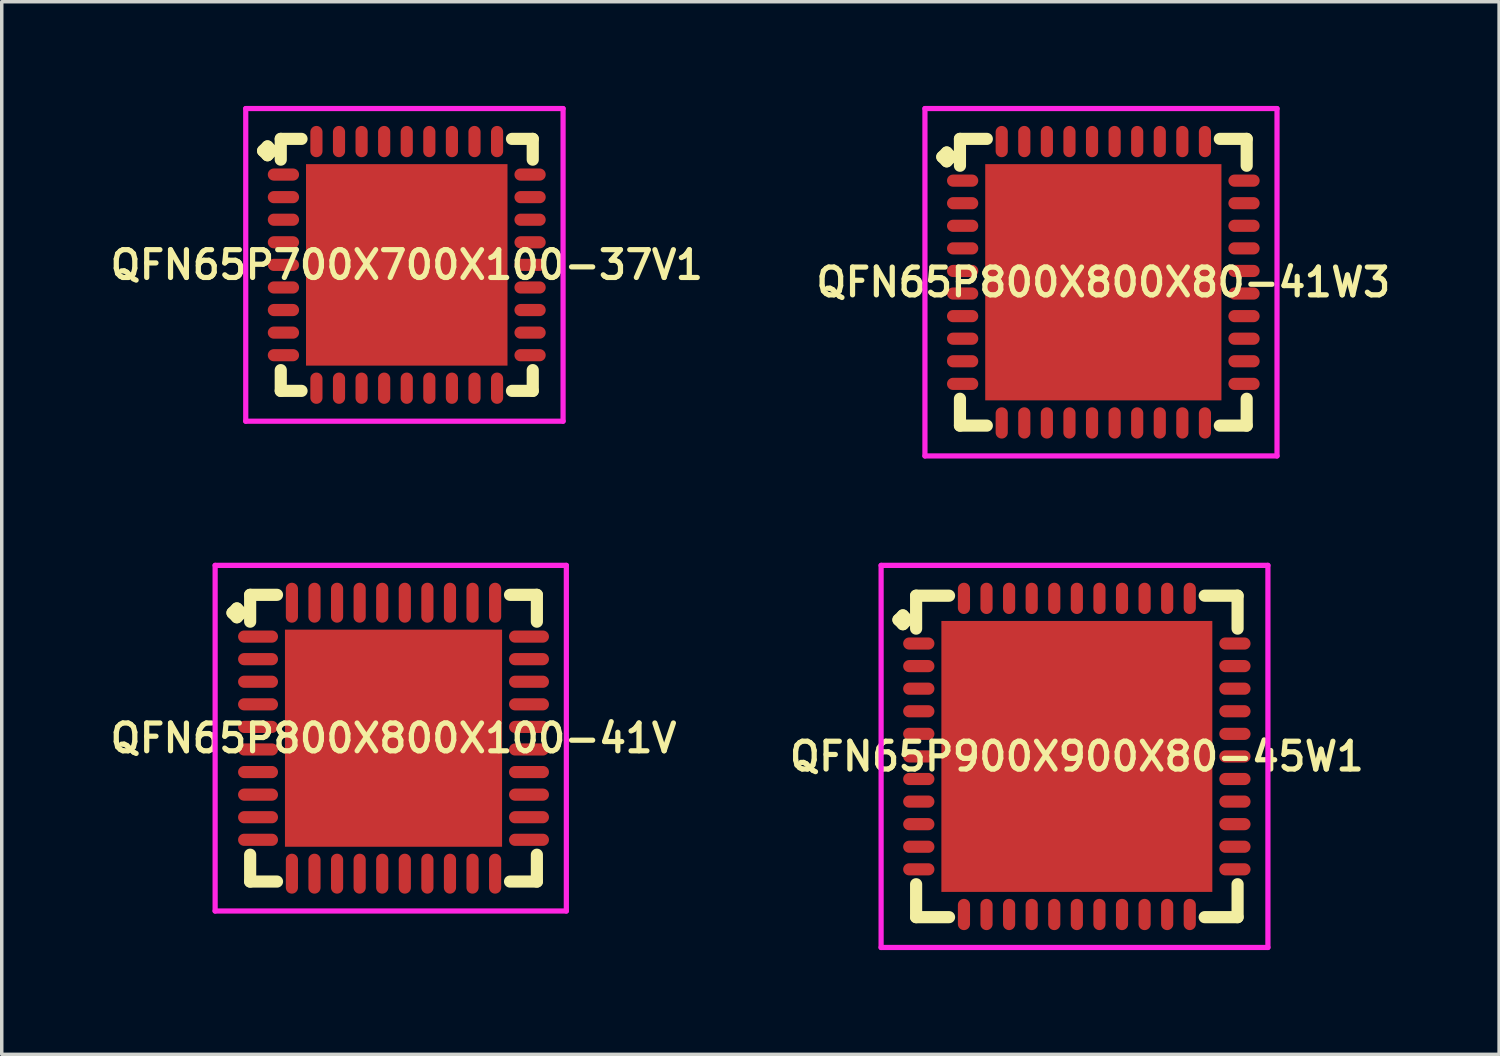
<source format=kicad_pcb>
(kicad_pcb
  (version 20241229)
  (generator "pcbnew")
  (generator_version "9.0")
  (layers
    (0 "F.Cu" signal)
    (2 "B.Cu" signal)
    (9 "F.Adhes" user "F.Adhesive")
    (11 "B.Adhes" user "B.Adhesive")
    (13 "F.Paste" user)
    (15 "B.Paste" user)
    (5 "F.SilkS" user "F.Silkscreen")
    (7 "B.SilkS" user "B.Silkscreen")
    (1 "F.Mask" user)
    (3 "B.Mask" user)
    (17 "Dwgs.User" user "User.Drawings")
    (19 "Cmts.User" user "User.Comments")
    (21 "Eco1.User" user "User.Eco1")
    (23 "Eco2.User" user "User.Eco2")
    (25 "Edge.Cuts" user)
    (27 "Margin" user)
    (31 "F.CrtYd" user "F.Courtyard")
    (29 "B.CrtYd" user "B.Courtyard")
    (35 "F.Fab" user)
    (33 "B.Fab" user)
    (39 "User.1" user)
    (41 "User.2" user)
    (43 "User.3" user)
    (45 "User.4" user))
  (footprint "QFN65P700X700X100-37V1"
    (layer "F.Cu")
    (at 8.659 4.575)
    (property "Reference" "QFN65P700X700X100-37V1" (at 0 0 0) (layer "F.SilkS") (effects (font (size 0.8 0.8) (thickness 0.15))))
    (attr smd)
    (fp_line (start -4.135 -3.283) (end -4.008 -3.41) (stroke (width 0.35) (type solid)) (layer "F.SilkS"))
    (fp_line (start -4.008 -3.41) (end -3.881 -3.283) (stroke (width 0.35) (type solid)) (layer "F.SilkS"))
    (fp_line (start -4.008 -3.156) (end -4.135 -3.283) (stroke (width 0.35) (type solid)) (layer "F.SilkS"))
    (fp_line (start -3.881 -3.283) (end -4.008 -3.156) (stroke (width 0.35) (type solid)) (layer "F.SilkS"))
    (fp_line (start -3.627 -3.627) (end -3.029 -3.627) (stroke (width 0.35) (type solid)) (layer "F.SilkS"))
    (fp_line (start -3.627 -3.029) (end -3.627 -3.627) (stroke (width 0.35) (type solid)) (layer "F.SilkS"))
    (fp_line (start -3.627 3.029) (end -3.627 3.627) (stroke (width 0.35) (type solid)) (layer "F.SilkS"))
    (fp_line (start -3.627 3.627) (end -3.029 3.627) (stroke (width 0.35) (type solid)) (layer "F.SilkS"))
    (fp_line (start 3.029 -3.627) (end 3.627 -3.627) (stroke (width 0.35) (type solid)) (layer "F.SilkS"))
    (fp_line (start 3.029 3.627) (end 3.627 3.627) (stroke (width 0.35) (type solid)) (layer "F.SilkS"))
    (fp_line (start 3.627 -3.627) (end 3.627 -3.029) (stroke (width 0.35) (type solid)) (layer "F.SilkS"))
    (fp_line (start 3.627 3.627) (end 3.627 3.029) (stroke (width 0.35) (type solid)) (layer "F.SilkS"))
    (fp_line (start -4.635 -4.5) (end 4.5 -4.5) (stroke (width 0.15) (type solid)) (layer "F.CrtYd"))
    (fp_line (start -4.635 4.5) (end -4.635 -4.5) (stroke (width 0.15) (type solid)) (layer "F.CrtYd"))
    (fp_line (start 4.5 -4.5) (end 4.5 4.5) (stroke (width 0.15) (type solid)) (layer "F.CrtYd"))
    (fp_line (start 4.5 4.5) (end -4.635 4.5) (stroke (width 0.15) (type solid)) (layer "F.CrtYd"))
    (pad "1" smd oval (at -3.55 -2.6) (size 0.9 0.35) (layers "F.Cu" "F.Mask" "F.Paste"))
    (pad "2" smd oval (at -3.55 -1.95) (size 0.9 0.35) (layers "F.Cu" "F.Mask" "F.Paste"))
    (pad "3" smd oval (at -3.55 -1.3) (size 0.9 0.35) (layers "F.Cu" "F.Mask" "F.Paste"))
    (pad "4" smd oval (at -3.55 -0.65) (size 0.9 0.35) (layers "F.Cu" "F.Mask" "F.Paste"))
    (pad "5" smd oval (at -3.55 0) (size 0.9 0.35) (layers "F.Cu" "F.Mask" "F.Paste"))
    (pad "6" smd oval (at -3.55 0.65) (size 0.9 0.35) (layers "F.Cu" "F.Mask" "F.Paste"))
    (pad "7" smd oval (at -3.55 1.3) (size 0.9 0.35) (layers "F.Cu" "F.Mask" "F.Paste"))
    (pad "8" smd oval (at -3.55 1.95) (size 0.9 0.35) (layers "F.Cu" "F.Mask" "F.Paste"))
    (pad "9" smd oval (at -3.55 2.6) (size 0.9 0.35) (layers "F.Cu" "F.Mask" "F.Paste"))
    (pad "10" smd oval (at -2.6 3.55) (size 0.35 0.9) (layers "F.Cu" "F.Mask" "F.Paste"))
    (pad "11" smd oval (at -1.95 3.55) (size 0.35 0.9) (layers "F.Cu" "F.Mask" "F.Paste"))
    (pad "12" smd oval (at -1.3 3.55) (size 0.35 0.9) (layers "F.Cu" "F.Mask" "F.Paste"))
    (pad "13" smd oval (at -0.65 3.55) (size 0.35 0.9) (layers "F.Cu" "F.Mask" "F.Paste"))
    (pad "14" smd oval (at 0 3.55) (size 0.35 0.9) (layers "F.Cu" "F.Mask" "F.Paste"))
    (pad "15" smd oval (at 0.65 3.55) (size 0.35 0.9) (layers "F.Cu" "F.Mask" "F.Paste"))
    (pad "16" smd oval (at 1.3 3.55) (size 0.35 0.9) (layers "F.Cu" "F.Mask" "F.Paste"))
    (pad "17" smd oval (at 1.95 3.55) (size 0.35 0.9) (layers "F.Cu" "F.Mask" "F.Paste"))
    (pad "18" smd oval (at 2.6 3.55) (size 0.35 0.9) (layers "F.Cu" "F.Mask" "F.Paste"))
    (pad "19" smd oval (at 3.55 2.6) (size 0.9 0.35) (layers "F.Cu" "F.Mask" "F.Paste"))
    (pad "20" smd oval (at 3.55 1.95) (size 0.9 0.35) (layers "F.Cu" "F.Mask" "F.Paste"))
    (pad "21" smd oval (at 3.55 1.3) (size 0.9 0.35) (layers "F.Cu" "F.Mask" "F.Paste"))
    (pad "22" smd oval (at 3.55 0.65) (size 0.9 0.35) (layers "F.Cu" "F.Mask" "F.Paste"))
    (pad "23" smd oval (at 3.55 0) (size 0.9 0.35) (layers "F.Cu" "F.Mask" "F.Paste"))
    (pad "24" smd oval (at 3.55 -0.65) (size 0.9 0.35) (layers "F.Cu" "F.Mask" "F.Paste"))
    (pad "25" smd oval (at 3.55 -1.3) (size 0.9 0.35) (layers "F.Cu" "F.Mask" "F.Paste"))
    (pad "26" smd oval (at 3.55 -1.95) (size 0.9 0.35) (layers "F.Cu" "F.Mask" "F.Paste"))
    (pad "27" smd oval (at 3.55 -2.6) (size 0.9 0.35) (layers "F.Cu" "F.Mask" "F.Paste"))
    (pad "28" smd oval (at 2.6 -3.55) (size 0.35 0.9) (layers "F.Cu" "F.Mask" "F.Paste"))
    (pad "29" smd oval (at 1.95 -3.55) (size 0.35 0.9) (layers "F.Cu" "F.Mask" "F.Paste"))
    (pad "30" smd oval (at 1.3 -3.55) (size 0.35 0.9) (layers "F.Cu" "F.Mask" "F.Paste"))
    (pad "31" smd oval (at 0.65 -3.55) (size 0.35 0.9) (layers "F.Cu" "F.Mask" "F.Paste"))
    (pad "32" smd oval (at 0 -3.55) (size 0.35 0.9) (layers "F.Cu" "F.Mask" "F.Paste"))
    (pad "33" smd oval (at -0.65 -3.55) (size 0.35 0.9) (layers "F.Cu" "F.Mask" "F.Paste"))
    (pad "34" smd oval (at -1.3 -3.55) (size 0.35 0.9) (layers "F.Cu" "F.Mask" "F.Paste"))
    (pad "35" smd oval (at -1.95 -3.55) (size 0.35 0.9) (layers "F.Cu" "F.Mask" "F.Paste"))
    (pad "36" smd oval (at -2.6 -3.55) (size 0.35 0.9) (layers "F.Cu" "F.Mask" "F.Paste"))
    (pad "37" smd rect (at 0 0) (size 5.8 5.8) (layers "F.Cu" "F.Mask" "F.Paste")))
  (footprint "QFN65P800X800X80-41W3"
    (layer "F.Cu")
    (at 28.711 5.075)
    (property "Reference" "QFN65P800X800X80-41W3" (at 0 0 0) (layer "F.SilkS") (effects (font (size 0.8 0.8) (thickness 0.15))))
    (attr smd)
    (fp_line (start -4.635 -3.608) (end -4.508 -3.735) (stroke (width 0.35) (type solid)) (layer "F.SilkS"))
    (fp_line (start -4.508 -3.735) (end -4.381 -3.608) (stroke (width 0.35) (type solid)) (layer "F.SilkS"))
    (fp_line (start -4.508 -3.481) (end -4.635 -3.608) (stroke (width 0.35) (type solid)) (layer "F.SilkS"))
    (fp_line (start -4.381 -3.608) (end -4.508 -3.481) (stroke (width 0.35) (type solid)) (layer "F.SilkS"))
    (fp_line (start -4.127 -4.127) (end -3.354 -4.127) (stroke (width 0.35) (type solid)) (layer "F.SilkS"))
    (fp_line (start -4.127 -3.354) (end -4.127 -4.127) (stroke (width 0.35) (type solid)) (layer "F.SilkS"))
    (fp_line (start -4.127 3.354) (end -4.127 4.127) (stroke (width 0.35) (type solid)) (layer "F.SilkS"))
    (fp_line (start -4.127 4.127) (end -3.354 4.127) (stroke (width 0.35) (type solid)) (layer "F.SilkS"))
    (fp_line (start 3.354 -4.127) (end 4.127 -4.127) (stroke (width 0.35) (type solid)) (layer "F.SilkS"))
    (fp_line (start 3.354 4.127) (end 4.127 4.127) (stroke (width 0.35) (type solid)) (layer "F.SilkS"))
    (fp_line (start 4.127 -4.127) (end 4.127 -3.354) (stroke (width 0.35) (type solid)) (layer "F.SilkS"))
    (fp_line (start 4.127 4.127) (end 4.127 3.354) (stroke (width 0.35) (type solid)) (layer "F.SilkS"))
    (fp_line (start -5.135 -5) (end 5 -5) (stroke (width 0.15) (type solid)) (layer "F.CrtYd"))
    (fp_line (start -5.135 5) (end -5.135 -5) (stroke (width 0.15) (type solid)) (layer "F.CrtYd"))
    (fp_line (start 5 -5) (end 5 5) (stroke (width 0.15) (type solid)) (layer "F.CrtYd"))
    (fp_line (start 5 5) (end -5.135 5) (stroke (width 0.15) (type solid)) (layer "F.CrtYd"))
    (pad "1" smd oval (at -4.05 -2.925) (size 0.9 0.35) (layers "F.Cu" "F.Mask" "F.Paste"))
    (pad "2" smd oval (at -4.05 -2.275) (size 0.9 0.35) (layers "F.Cu" "F.Mask" "F.Paste"))
    (pad "3" smd oval (at -4.05 -1.625) (size 0.9 0.35) (layers "F.Cu" "F.Mask" "F.Paste"))
    (pad "4" smd oval (at -4.05 -0.975) (size 0.9 0.35) (layers "F.Cu" "F.Mask" "F.Paste"))
    (pad "5" smd oval (at -4.05 -0.325) (size 0.9 0.35) (layers "F.Cu" "F.Mask" "F.Paste"))
    (pad "6" smd oval (at -4.05 0.325) (size 0.9 0.35) (layers "F.Cu" "F.Mask" "F.Paste"))
    (pad "7" smd oval (at -4.05 0.975) (size 0.9 0.35) (layers "F.Cu" "F.Mask" "F.Paste"))
    (pad "8" smd oval (at -4.05 1.625) (size 0.9 0.35) (layers "F.Cu" "F.Mask" "F.Paste"))
    (pad "9" smd oval (at -4.05 2.275) (size 0.9 0.35) (layers "F.Cu" "F.Mask" "F.Paste"))
    (pad "10" smd oval (at -4.05 2.925) (size 0.9 0.35) (layers "F.Cu" "F.Mask" "F.Paste"))
    (pad "11" smd oval (at -2.925 4.05) (size 0.35 0.9) (layers "F.Cu" "F.Mask" "F.Paste"))
    (pad "12" smd oval (at -2.275 4.05) (size 0.35 0.9) (layers "F.Cu" "F.Mask" "F.Paste"))
    (pad "13" smd oval (at -1.625 4.05) (size 0.35 0.9) (layers "F.Cu" "F.Mask" "F.Paste"))
    (pad "14" smd oval (at -0.975 4.05) (size 0.35 0.9) (layers "F.Cu" "F.Mask" "F.Paste"))
    (pad "15" smd oval (at -0.325 4.05) (size 0.35 0.9) (layers "F.Cu" "F.Mask" "F.Paste"))
    (pad "16" smd oval (at 0.325 4.05) (size 0.35 0.9) (layers "F.Cu" "F.Mask" "F.Paste"))
    (pad "17" smd oval (at 0.975 4.05) (size 0.35 0.9) (layers "F.Cu" "F.Mask" "F.Paste"))
    (pad "18" smd oval (at 1.625 4.05) (size 0.35 0.9) (layers "F.Cu" "F.Mask" "F.Paste"))
    (pad "19" smd oval (at 2.275 4.05) (size 0.35 0.9) (layers "F.Cu" "F.Mask" "F.Paste"))
    (pad "20" smd oval (at 2.925 4.05) (size 0.35 0.9) (layers "F.Cu" "F.Mask" "F.Paste"))
    (pad "21" smd oval (at 4.05 2.925) (size 0.9 0.35) (layers "F.Cu" "F.Mask" "F.Paste"))
    (pad "22" smd oval (at 4.05 2.275) (size 0.9 0.35) (layers "F.Cu" "F.Mask" "F.Paste"))
    (pad "23" smd oval (at 4.05 1.625) (size 0.9 0.35) (layers "F.Cu" "F.Mask" "F.Paste"))
    (pad "24" smd oval (at 4.05 0.975) (size 0.9 0.35) (layers "F.Cu" "F.Mask" "F.Paste"))
    (pad "25" smd oval (at 4.05 0.325) (size 0.9 0.35) (layers "F.Cu" "F.Mask" "F.Paste"))
    (pad "26" smd oval (at 4.05 -0.325) (size 0.9 0.35) (layers "F.Cu" "F.Mask" "F.Paste"))
    (pad "27" smd oval (at 4.05 -0.975) (size 0.9 0.35) (layers "F.Cu" "F.Mask" "F.Paste"))
    (pad "28" smd oval (at 4.05 -1.625) (size 0.9 0.35) (layers "F.Cu" "F.Mask" "F.Paste"))
    (pad "29" smd oval (at 4.05 -2.275) (size 0.9 0.35) (layers "F.Cu" "F.Mask" "F.Paste"))
    (pad "30" smd oval (at 4.05 -2.925) (size 0.9 0.35) (layers "F.Cu" "F.Mask" "F.Paste"))
    (pad "31" smd oval (at 2.925 -4.05) (size 0.35 0.9) (layers "F.Cu" "F.Mask" "F.Paste"))
    (pad "32" smd oval (at 2.275 -4.05) (size 0.35 0.9) (layers "F.Cu" "F.Mask" "F.Paste"))
    (pad "33" smd oval (at 1.625 -4.05) (size 0.35 0.9) (layers "F.Cu" "F.Mask" "F.Paste"))
    (pad "34" smd oval (at 0.975 -4.05) (size 0.35 0.9) (layers "F.Cu" "F.Mask" "F.Paste"))
    (pad "35" smd oval (at 0.325 -4.05) (size 0.35 0.9) (layers "F.Cu" "F.Mask" "F.Paste"))
    (pad "36" smd oval (at -0.325 -4.05) (size 0.35 0.9) (layers "F.Cu" "F.Mask" "F.Paste"))
    (pad "37" smd oval (at -0.975 -4.05) (size 0.35 0.9) (layers "F.Cu" "F.Mask" "F.Paste"))
    (pad "38" smd oval (at -1.625 -4.05) (size 0.35 0.9) (layers "F.Cu" "F.Mask" "F.Paste"))
    (pad "39" smd oval (at -2.275 -4.05) (size 0.35 0.9) (layers "F.Cu" "F.Mask" "F.Paste"))
    (pad "40" smd oval (at -2.925 -4.05) (size 0.35 0.9) (layers "F.Cu" "F.Mask" "F.Paste"))
    (pad "41" smd rect (at 0 0) (size 6.8 6.8) (layers "F.Cu" "F.Mask" "F.Paste")))
  (footprint "QFN65P800X800X100-41V"
    (layer "F.Cu")
    (at 8.278 18.2)
    (property "Reference" "QFN65P800X800X100-41V" (at 0 0 0) (layer "F.SilkS") (effects (font (size 0.8 0.8) (thickness 0.15))))
    (attr smd)
    (fp_line (start -4.635 -3.608) (end -4.508 -3.735) (stroke (width 0.35) (type solid)) (layer "F.SilkS"))
    (fp_line (start -4.508 -3.735) (end -4.381 -3.608) (stroke (width 0.35) (type solid)) (layer "F.SilkS"))
    (fp_line (start -4.508 -3.481) (end -4.635 -3.608) (stroke (width 0.35) (type solid)) (layer "F.SilkS"))
    (fp_line (start -4.381 -3.608) (end -4.508 -3.481) (stroke (width 0.35) (type solid)) (layer "F.SilkS"))
    (fp_line (start -4.127 -4.127) (end -3.354 -4.127) (stroke (width 0.35) (type solid)) (layer "F.SilkS"))
    (fp_line (start -4.127 -3.354) (end -4.127 -4.127) (stroke (width 0.35) (type solid)) (layer "F.SilkS"))
    (fp_line (start -4.127 3.354) (end -4.127 4.127) (stroke (width 0.35) (type solid)) (layer "F.SilkS"))
    (fp_line (start -4.127 4.127) (end -3.354 4.127) (stroke (width 0.35) (type solid)) (layer "F.SilkS"))
    (fp_line (start 3.354 -4.127) (end 4.127 -4.127) (stroke (width 0.35) (type solid)) (layer "F.SilkS"))
    (fp_line (start 3.354 4.127) (end 4.127 4.127) (stroke (width 0.35) (type solid)) (layer "F.SilkS"))
    (fp_line (start 4.127 -4.127) (end 4.127 -3.354) (stroke (width 0.35) (type solid)) (layer "F.SilkS"))
    (fp_line (start 4.127 4.127) (end 4.127 3.354) (stroke (width 0.35) (type solid)) (layer "F.SilkS"))
    (fp_line (start -5.135 -4.975) (end 4.975 -4.975) (stroke (width 0.15) (type solid)) (layer "F.CrtYd"))
    (fp_line (start -5.135 4.975) (end -5.135 -4.975) (stroke (width 0.15) (type solid)) (layer "F.CrtYd"))
    (fp_line (start 4.975 -4.975) (end 4.975 4.975) (stroke (width 0.15) (type solid)) (layer "F.CrtYd"))
    (fp_line (start 4.975 4.975) (end -5.135 4.975) (stroke (width 0.15) (type solid)) (layer "F.CrtYd"))
    (pad "1" smd oval (at -3.9 -2.925) (size 1.15 0.35) (layers "F.Cu" "F.Mask" "F.Paste"))
    (pad "2" smd oval (at -3.9 -2.275) (size 1.15 0.35) (layers "F.Cu" "F.Mask" "F.Paste"))
    (pad "3" smd oval (at -3.9 -1.625) (size 1.15 0.35) (layers "F.Cu" "F.Mask" "F.Paste"))
    (pad "4" smd oval (at -3.9 -0.975) (size 1.15 0.35) (layers "F.Cu" "F.Mask" "F.Paste"))
    (pad "5" smd oval (at -3.9 -0.325) (size 1.15 0.35) (layers "F.Cu" "F.Mask" "F.Paste"))
    (pad "6" smd oval (at -3.9 0.325) (size 1.15 0.35) (layers "F.Cu" "F.Mask" "F.Paste"))
    (pad "7" smd oval (at -3.9 0.975) (size 1.15 0.35) (layers "F.Cu" "F.Mask" "F.Paste"))
    (pad "8" smd oval (at -3.9 1.625) (size 1.15 0.35) (layers "F.Cu" "F.Mask" "F.Paste"))
    (pad "9" smd oval (at -3.9 2.275) (size 1.15 0.35) (layers "F.Cu" "F.Mask" "F.Paste"))
    (pad "10" smd oval (at -3.9 2.925) (size 1.15 0.35) (layers "F.Cu" "F.Mask" "F.Paste"))
    (pad "11" smd oval (at -2.925 3.9) (size 0.35 1.15) (layers "F.Cu" "F.Mask" "F.Paste"))
    (pad "12" smd oval (at -2.275 3.9) (size 0.35 1.15) (layers "F.Cu" "F.Mask" "F.Paste"))
    (pad "13" smd oval (at -1.625 3.9) (size 0.35 1.15) (layers "F.Cu" "F.Mask" "F.Paste"))
    (pad "14" smd oval (at -0.975 3.9) (size 0.35 1.15) (layers "F.Cu" "F.Mask" "F.Paste"))
    (pad "15" smd oval (at -0.325 3.9) (size 0.35 1.15) (layers "F.Cu" "F.Mask" "F.Paste"))
    (pad "16" smd oval (at 0.325 3.9) (size 0.35 1.15) (layers "F.Cu" "F.Mask" "F.Paste"))
    (pad "17" smd oval (at 0.975 3.9) (size 0.35 1.15) (layers "F.Cu" "F.Mask" "F.Paste"))
    (pad "18" smd oval (at 1.625 3.9) (size 0.35 1.15) (layers "F.Cu" "F.Mask" "F.Paste"))
    (pad "19" smd oval (at 2.275 3.9) (size 0.35 1.15) (layers "F.Cu" "F.Mask" "F.Paste"))
    (pad "20" smd oval (at 2.925 3.9) (size 0.35 1.15) (layers "F.Cu" "F.Mask" "F.Paste"))
    (pad "21" smd oval (at 3.9 2.925) (size 1.15 0.35) (layers "F.Cu" "F.Mask" "F.Paste"))
    (pad "22" smd oval (at 3.9 2.275) (size 1.15 0.35) (layers "F.Cu" "F.Mask" "F.Paste"))
    (pad "23" smd oval (at 3.9 1.625) (size 1.15 0.35) (layers "F.Cu" "F.Mask" "F.Paste"))
    (pad "24" smd oval (at 3.9 0.975) (size 1.15 0.35) (layers "F.Cu" "F.Mask" "F.Paste"))
    (pad "25" smd oval (at 3.9 0.325) (size 1.15 0.35) (layers "F.Cu" "F.Mask" "F.Paste"))
    (pad "26" smd oval (at 3.9 -0.325) (size 1.15 0.35) (layers "F.Cu" "F.Mask" "F.Paste"))
    (pad "27" smd oval (at 3.9 -0.975) (size 1.15 0.35) (layers "F.Cu" "F.Mask" "F.Paste"))
    (pad "28" smd oval (at 3.9 -1.625) (size 1.15 0.35) (layers "F.Cu" "F.Mask" "F.Paste"))
    (pad "29" smd oval (at 3.9 -2.275) (size 1.15 0.35) (layers "F.Cu" "F.Mask" "F.Paste"))
    (pad "30" smd oval (at 3.9 -2.925) (size 1.15 0.35) (layers "F.Cu" "F.Mask" "F.Paste"))
    (pad "31" smd oval (at 2.925 -3.9) (size 0.35 1.15) (layers "F.Cu" "F.Mask" "F.Paste"))
    (pad "32" smd oval (at 2.275 -3.9) (size 0.35 1.15) (layers "F.Cu" "F.Mask" "F.Paste"))
    (pad "33" smd oval (at 1.625 -3.9) (size 0.35 1.15) (layers "F.Cu" "F.Mask" "F.Paste"))
    (pad "34" smd oval (at 0.975 -3.9) (size 0.35 1.15) (layers "F.Cu" "F.Mask" "F.Paste"))
    (pad "35" smd oval (at 0.325 -3.9) (size 0.35 1.15) (layers "F.Cu" "F.Mask" "F.Paste"))
    (pad "36" smd oval (at -0.325 -3.9) (size 0.35 1.15) (layers "F.Cu" "F.Mask" "F.Paste"))
    (pad "37" smd oval (at -0.975 -3.9) (size 0.35 1.15) (layers "F.Cu" "F.Mask" "F.Paste"))
    (pad "38" smd oval (at -1.625 -3.9) (size 0.35 1.15) (layers "F.Cu" "F.Mask" "F.Paste"))
    (pad "39" smd oval (at -2.275 -3.9) (size 0.35 1.15) (layers "F.Cu" "F.Mask" "F.Paste"))
    (pad "40" smd oval (at -2.925 -3.9) (size 0.35 1.15) (layers "F.Cu" "F.Mask" "F.Paste"))
    (pad "41" smd rect (at 0 0) (size 6.25 6.25) (layers "F.Cu" "F.Mask" "F.Paste")))
  (footprint "QFN65P900X900X80-45W1"
    (layer "F.Cu")
    (at 27.949 18.725)
    (property "Reference" "QFN65P900X900X80-45W1" (at 0 0 0) (layer "F.SilkS") (effects (font (size 0.8 0.8) (thickness 0.15))))
    (attr smd)
    (fp_line (start -5.135 -3.933) (end -5.008 -4.06) (stroke (width 0.35) (type solid)) (layer "F.SilkS"))
    (fp_line (start -5.008 -4.06) (end -4.881 -3.933) (stroke (width 0.35) (type solid)) (layer "F.SilkS"))
    (fp_line (start -5.008 -3.806) (end -5.135 -3.933) (stroke (width 0.35) (type solid)) (layer "F.SilkS"))
    (fp_line (start -4.881 -3.933) (end -5.008 -3.806) (stroke (width 0.35) (type solid)) (layer "F.SilkS"))
    (fp_line (start -4.627 -4.627) (end -3.679 -4.627) (stroke (width 0.35) (type solid)) (layer "F.SilkS"))
    (fp_line (start -4.627 -3.679) (end -4.627 -4.627) (stroke (width 0.35) (type solid)) (layer "F.SilkS"))
    (fp_line (start -4.627 3.679) (end -4.627 4.627) (stroke (width 0.35) (type solid)) (layer "F.SilkS"))
    (fp_line (start -4.627 4.627) (end -3.679 4.627) (stroke (width 0.35) (type solid)) (layer "F.SilkS"))
    (fp_line (start 3.679 -4.627) (end 4.627 -4.627) (stroke (width 0.35) (type solid)) (layer "F.SilkS"))
    (fp_line (start 3.679 4.627) (end 4.627 4.627) (stroke (width 0.35) (type solid)) (layer "F.SilkS"))
    (fp_line (start 4.627 -4.627) (end 4.627 -3.679) (stroke (width 0.35) (type solid)) (layer "F.SilkS"))
    (fp_line (start 4.627 4.627) (end 4.627 3.679) (stroke (width 0.35) (type solid)) (layer "F.SilkS"))
    (fp_line (start -5.635 -5.5) (end 5.5 -5.5) (stroke (width 0.15) (type solid)) (layer "F.CrtYd"))
    (fp_line (start -5.635 5.5) (end -5.635 -5.5) (stroke (width 0.15) (type solid)) (layer "F.CrtYd"))
    (fp_line (start 5.5 -5.5) (end 5.5 5.5) (stroke (width 0.15) (type solid)) (layer "F.CrtYd"))
    (fp_line (start 5.5 5.5) (end -5.635 5.5) (stroke (width 0.15) (type solid)) (layer "F.CrtYd"))
    (pad "1" smd oval (at -4.55 -3.25) (size 0.9 0.35) (layers "F.Cu" "F.Mask" "F.Paste"))
    (pad "2" smd oval (at -4.55 -2.6) (size 0.9 0.35) (layers "F.Cu" "F.Mask" "F.Paste"))
    (pad "3" smd oval (at -4.55 -1.95) (size 0.9 0.35) (layers "F.Cu" "F.Mask" "F.Paste"))
    (pad "4" smd oval (at -4.55 -1.3) (size 0.9 0.35) (layers "F.Cu" "F.Mask" "F.Paste"))
    (pad "5" smd oval (at -4.55 -0.65) (size 0.9 0.35) (layers "F.Cu" "F.Mask" "F.Paste"))
    (pad "6" smd oval (at -4.55 0) (size 0.9 0.35) (layers "F.Cu" "F.Mask" "F.Paste"))
    (pad "7" smd oval (at -4.55 0.65) (size 0.9 0.35) (layers "F.Cu" "F.Mask" "F.Paste"))
    (pad "8" smd oval (at -4.55 1.3) (size 0.9 0.35) (layers "F.Cu" "F.Mask" "F.Paste"))
    (pad "9" smd oval (at -4.55 1.95) (size 0.9 0.35) (layers "F.Cu" "F.Mask" "F.Paste"))
    (pad "10" smd oval (at -4.55 2.6) (size 0.9 0.35) (layers "F.Cu" "F.Mask" "F.Paste"))
    (pad "11" smd oval (at -4.55 3.25) (size 0.9 0.35) (layers "F.Cu" "F.Mask" "F.Paste"))
    (pad "12" smd oval (at -3.25 4.55) (size 0.35 0.9) (layers "F.Cu" "F.Mask" "F.Paste"))
    (pad "13" smd oval (at -2.6 4.55) (size 0.35 0.9) (layers "F.Cu" "F.Mask" "F.Paste"))
    (pad "14" smd oval (at -1.95 4.55) (size 0.35 0.9) (layers "F.Cu" "F.Mask" "F.Paste"))
    (pad "15" smd oval (at -1.3 4.55) (size 0.35 0.9) (layers "F.Cu" "F.Mask" "F.Paste"))
    (pad "16" smd oval (at -0.65 4.55) (size 0.35 0.9) (layers "F.Cu" "F.Mask" "F.Paste"))
    (pad "17" smd oval (at 0 4.55) (size 0.35 0.9) (layers "F.Cu" "F.Mask" "F.Paste"))
    (pad "18" smd oval (at 0.65 4.55) (size 0.35 0.9) (layers "F.Cu" "F.Mask" "F.Paste"))
    (pad "19" smd oval (at 1.3 4.55) (size 0.35 0.9) (layers "F.Cu" "F.Mask" "F.Paste"))
    (pad "20" smd oval (at 1.95 4.55) (size 0.35 0.9) (layers "F.Cu" "F.Mask" "F.Paste"))
    (pad "21" smd oval (at 2.6 4.55) (size 0.35 0.9) (layers "F.Cu" "F.Mask" "F.Paste"))
    (pad "22" smd oval (at 3.25 4.55) (size 0.35 0.9) (layers "F.Cu" "F.Mask" "F.Paste"))
    (pad "23" smd oval (at 4.55 3.25) (size 0.9 0.35) (layers "F.Cu" "F.Mask" "F.Paste"))
    (pad "24" smd oval (at 4.55 2.6) (size 0.9 0.35) (layers "F.Cu" "F.Mask" "F.Paste"))
    (pad "25" smd oval (at 4.55 1.95) (size 0.9 0.35) (layers "F.Cu" "F.Mask" "F.Paste"))
    (pad "26" smd oval (at 4.55 1.3) (size 0.9 0.35) (layers "F.Cu" "F.Mask" "F.Paste"))
    (pad "27" smd oval (at 4.55 0.65) (size 0.9 0.35) (layers "F.Cu" "F.Mask" "F.Paste"))
    (pad "28" smd oval (at 4.55 0) (size 0.9 0.35) (layers "F.Cu" "F.Mask" "F.Paste"))
    (pad "29" smd oval (at 4.55 -0.65) (size 0.9 0.35) (layers "F.Cu" "F.Mask" "F.Paste"))
    (pad "30" smd oval (at 4.55 -1.3) (size 0.9 0.35) (layers "F.Cu" "F.Mask" "F.Paste"))
    (pad "31" smd oval (at 4.55 -1.95) (size 0.9 0.35) (layers "F.Cu" "F.Mask" "F.Paste"))
    (pad "32" smd oval (at 4.55 -2.6) (size 0.9 0.35) (layers "F.Cu" "F.Mask" "F.Paste"))
    (pad "33" smd oval (at 4.55 -3.25) (size 0.9 0.35) (layers "F.Cu" "F.Mask" "F.Paste"))
    (pad "34" smd oval (at 3.25 -4.55) (size 0.35 0.9) (layers "F.Cu" "F.Mask" "F.Paste"))
    (pad "35" smd oval (at 2.6 -4.55) (size 0.35 0.9) (layers "F.Cu" "F.Mask" "F.Paste"))
    (pad "36" smd oval (at 1.95 -4.55) (size 0.35 0.9) (layers "F.Cu" "F.Mask" "F.Paste"))
    (pad "37" smd oval (at 1.3 -4.55) (size 0.35 0.9) (layers "F.Cu" "F.Mask" "F.Paste"))
    (pad "38" smd oval (at 0.65 -4.55) (size 0.35 0.9) (layers "F.Cu" "F.Mask" "F.Paste"))
    (pad "39" smd oval (at 0 -4.55) (size 0.35 0.9) (layers "F.Cu" "F.Mask" "F.Paste"))
    (pad "40" smd oval (at -0.65 -4.55) (size 0.35 0.9) (layers "F.Cu" "F.Mask" "F.Paste"))
    (pad "41" smd oval (at -1.3 -4.55) (size 0.35 0.9) (layers "F.Cu" "F.Mask" "F.Paste"))
    (pad "42" smd oval (at -1.95 -4.55) (size 0.35 0.9) (layers "F.Cu" "F.Mask" "F.Paste"))
    (pad "43" smd oval (at -2.6 -4.55) (size 0.35 0.9) (layers "F.Cu" "F.Mask" "F.Paste"))
    (pad "44" smd oval (at -3.25 -4.55) (size 0.35 0.9) (layers "F.Cu" "F.Mask" "F.Paste"))
    (pad "45" smd rect (at 0 0) (size 7.8 7.8) (layers "F.Cu" "F.Mask" "F.Paste")))
  (gr_rect
    (start -3 -3)
    (end 40.104 27.3)
    (stroke (width 0.1) (type default))
    (fill no)
    (layer "Edge.Cuts")))
</source>
